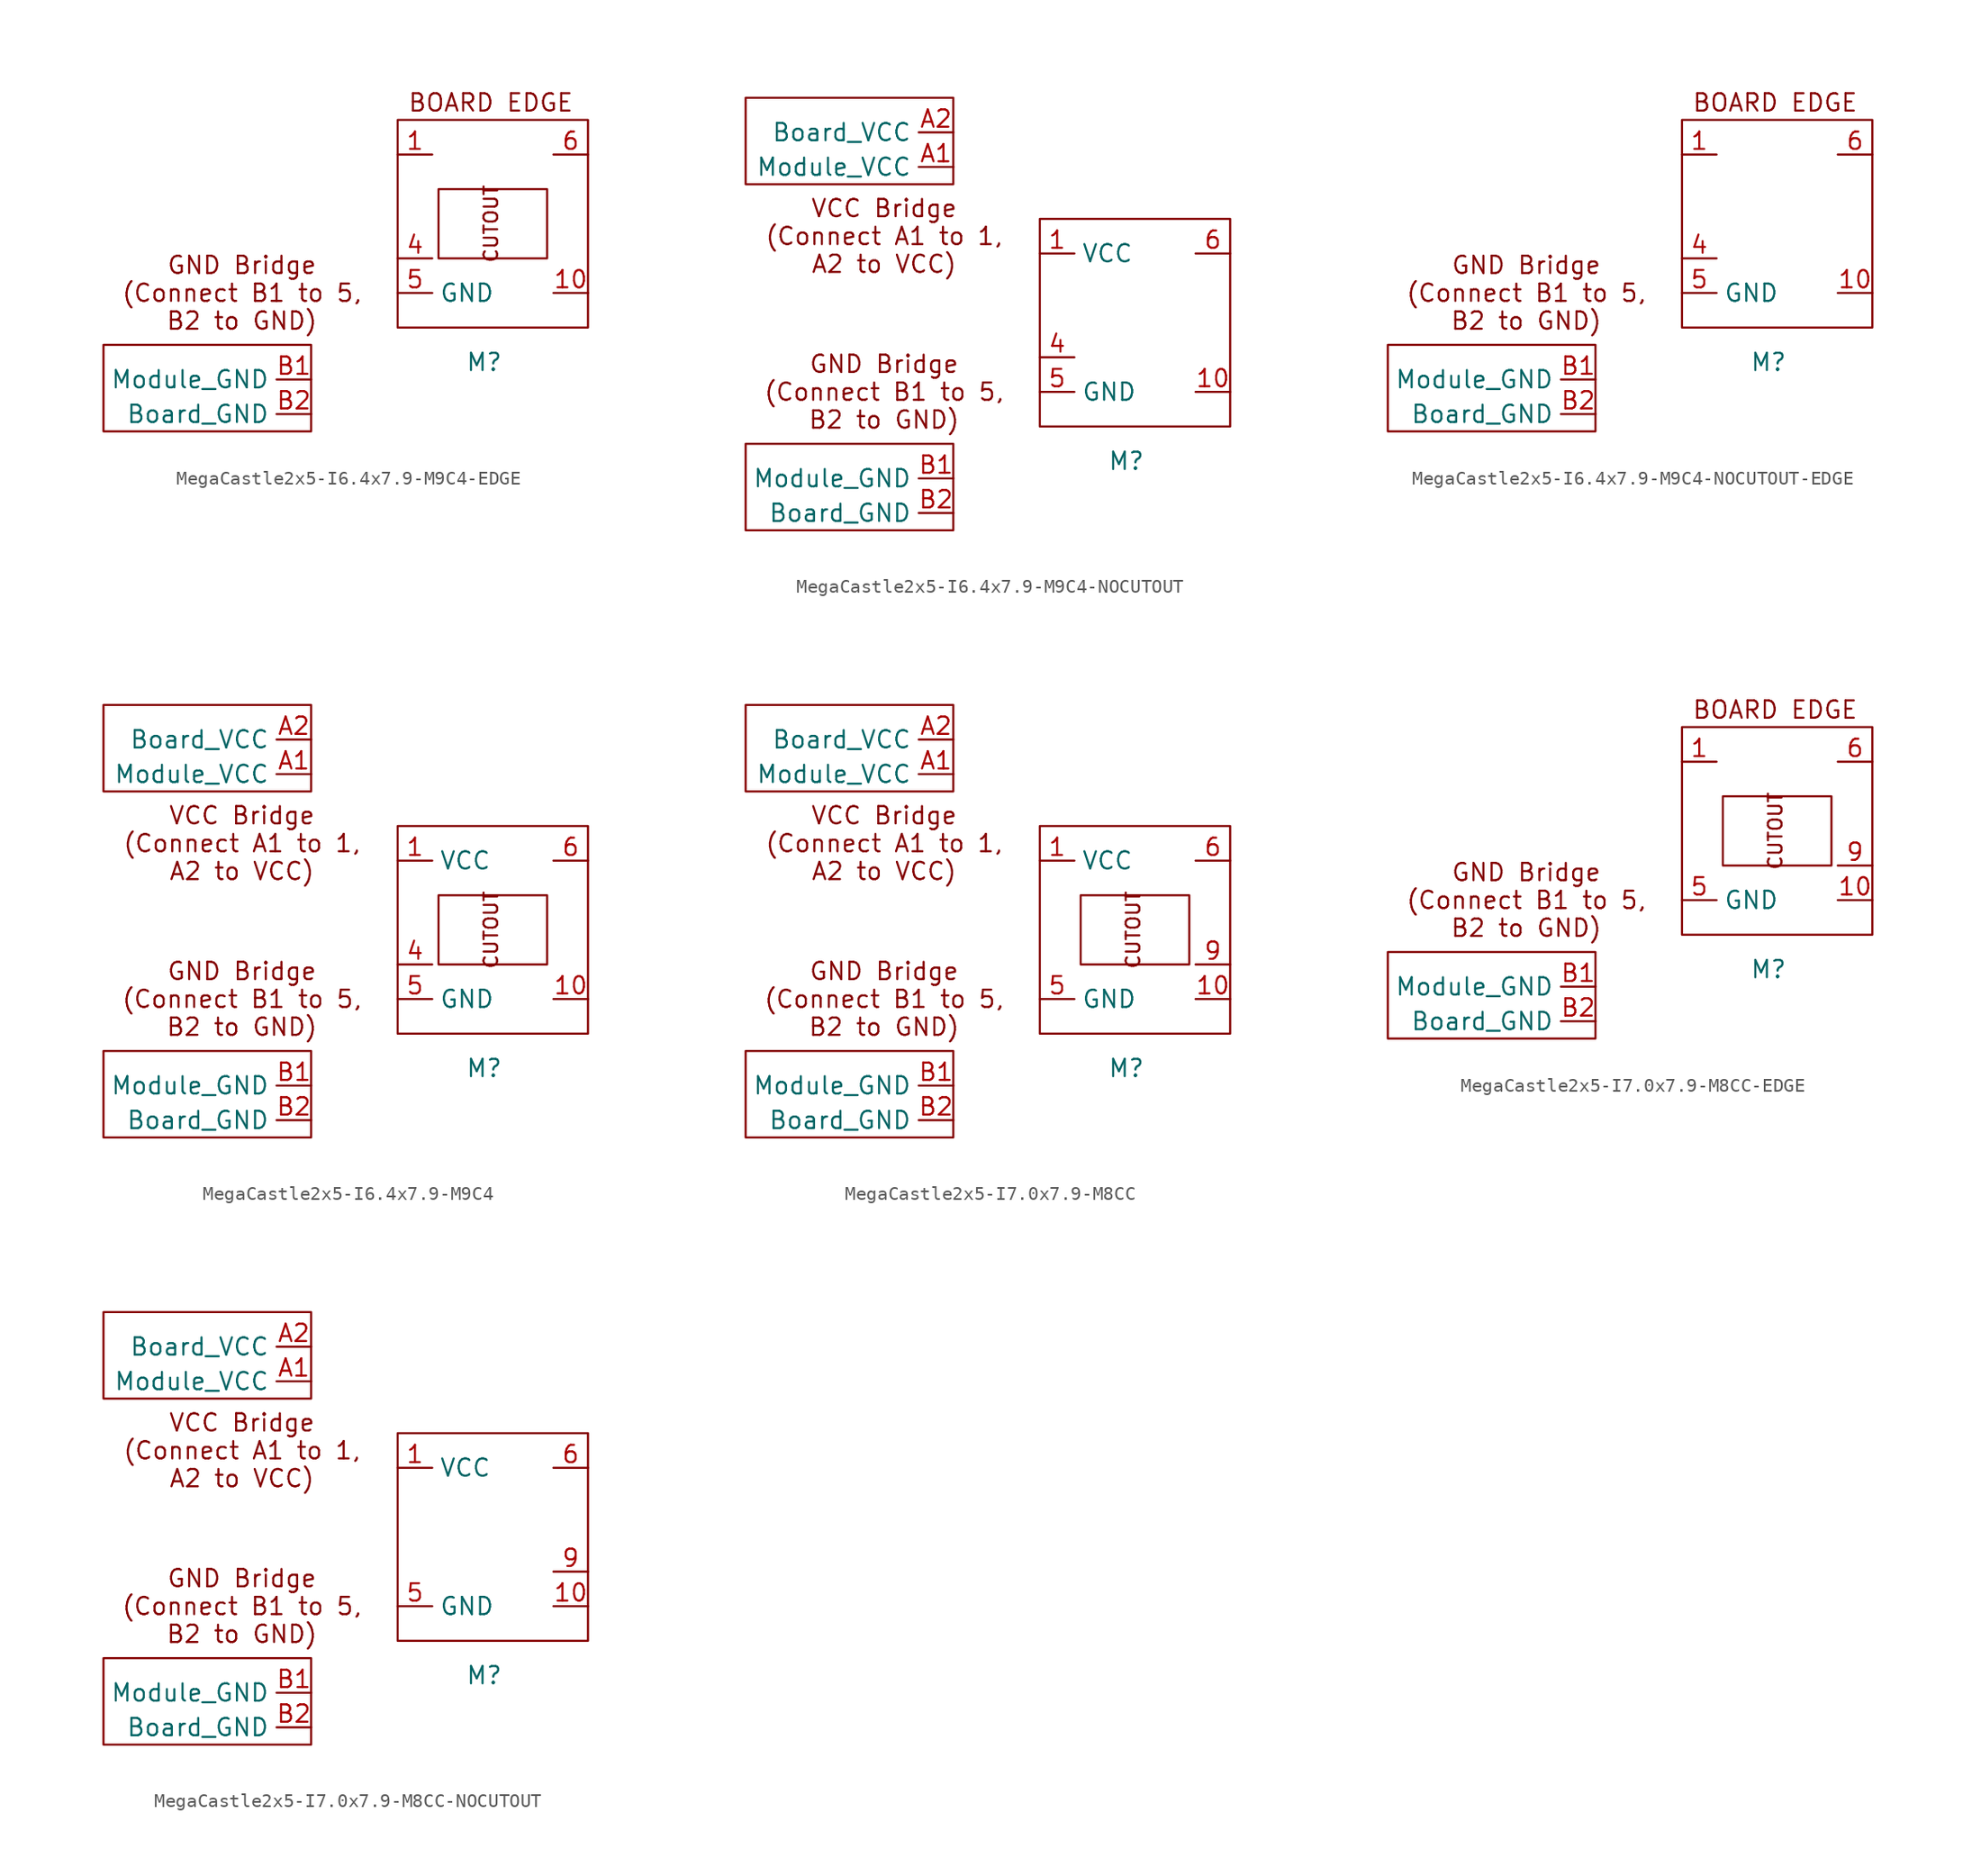
<source format=kicad_sym>
(kicad_symbol_lib
  (version 20231120)
  (generator "kicad_symbol_editor")
  (generator_version "8.0")
  (symbol "MegaCastle2x5-I6.4x7.9-M9C4-EDGE"
    (property "Reference" "M"
      (at 0 -10.16 0)
      (effects (font (size 1.27 1.27))))
    (property "Value" ""
      (at 0 5.08 0)
      (effects (font (size 1.27 1.27))))
    (symbol "MegaCastle2x5-I6.4x7.9-M9C4-EDGE_0_1"
      (rectangle (start -27.94 -8.89) (end -12.7 -15.24) (stroke (width 0) (type default)) (fill (type none)))
      (rectangle (start -6.35 7.62) (end 7.62 -7.62) (stroke (width 0) (type default)) (fill (type none)))
      (rectangle (start -3.35 2.54) (end 4.62 -2.54) (stroke (width 0) (type default)) (fill (type none))))
    (symbol "MegaCastle2x5-I6.4x7.9-M9C4-EDGE_1_1"
      (text " BOARD EDGE" (at 0 8.89 0) (effects (font (size 1.27 1.27))))
      (text "CUTOUT" (at 0.5 0 900) (effects (font (size 1 1))))
      (text "GND Bridge\n(Connect B1 to 5,\nB2 to GND)" (at -17.78 -5.08 0) (effects (font (size 1.27 1.27))))
      (pin bidirectional line (at -6.35 5.08 0) (length 2.54) (name "" (effects (font (size 1.27 1.27)))) (number "1" (effects (font (size 1.27 1.27)))))
      (pin bidirectional line (at 7.62 -5.08 180) (length 2.54) (name "" (effects (font (size 1.27 1.27)))) (number "10" (effects (font (size 1.27 1.27)))))
      (pin bidirectional line (at -6.35 -2.54 0) (length 2.54) (name "" (effects (font (size 1.27 1.27)))) (number "4" (effects (font (size 1.27 1.27)))))
      (pin bidirectional line (at -6.35 -5.08 0) (length 2.54) (name "GND" (effects (font (size 1.27 1.27)))) (number "5" (effects (font (size 1.27 1.27)))))
      (pin bidirectional line (at 7.62 5.08 180) (length 2.54) (name "" (effects (font (size 1.27 1.27)))) (number "6" (effects (font (size 1.27 1.27)))))
      (pin bidirectional line (at -12.7 -11.43 180) (length 2.54) (name "Module_GND" (effects (font (size 1.27 1.27)))) (number "B1" (effects (font (size 1.27 1.27)))))
      (pin bidirectional line (at -12.7 -13.97 180) (length 2.54) (name "Board_GND" (effects (font (size 1.27 1.27)))) (number "B2" (effects (font (size 1.27 1.27)))))))
  (symbol "MegaCastle2x5-I6.4x7.9-M9C4-NOCUTOUT"
    (property "Reference" "M"
      (at 0 -10.16 0)
      (effects (font (size 1.27 1.27))))
    (property "Value" ""
      (at 0 5.08 0)
      (effects (font (size 1.27 1.27))))
    (symbol "MegaCastle2x5-I6.4x7.9-M9C4-NOCUTOUT_0_1"
      (rectangle (start -27.94 -8.89) (end -12.7 -15.24) (stroke (width 0) (type default)) (fill (type none)))
      (rectangle (start -27.94 16.51) (end -12.7 10.16) (stroke (width 0) (type default)) (fill (type none)))
      (rectangle (start -6.35 7.62) (end 7.62 -7.62) (stroke (width 0) (type default)) (fill (type none))))
    (symbol "MegaCastle2x5-I6.4x7.9-M9C4-NOCUTOUT_1_1"
      (text "GND Bridge\n(Connect B1 to 5,\nB2 to GND)" (at -17.78 -5.08 0) (effects (font (size 1.27 1.27))))
      (text "VCC Bridge\n(Connect A1 to 1,\nA2 to VCC)" (at -17.78 6.35 0) (effects (font (size 1.27 1.27))))
      (pin bidirectional line (at -6.35 5.08 0) (length 2.54) (name "VCC" (effects (font (size 1.27 1.27)))) (number "1" (effects (font (size 1.27 1.27)))))
      (pin bidirectional line (at 7.62 -5.08 180) (length 2.54) (name "" (effects (font (size 1.27 1.27)))) (number "10" (effects (font (size 1.27 1.27)))))
      (pin bidirectional line (at -6.35 -2.54 0) (length 2.54) (name "" (effects (font (size 1.27 1.27)))) (number "4" (effects (font (size 1.27 1.27)))))
      (pin bidirectional line (at -6.35 -5.08 0) (length 2.54) (name "GND" (effects (font (size 1.27 1.27)))) (number "5" (effects (font (size 1.27 1.27)))))
      (pin bidirectional line (at 7.62 5.08 180) (length 2.54) (name "" (effects (font (size 1.27 1.27)))) (number "6" (effects (font (size 1.27 1.27)))))
      (pin bidirectional line (at -12.7 11.43 180) (length 2.54) (name "Module_VCC" (effects (font (size 1.27 1.27)))) (number "A1" (effects (font (size 1.27 1.27)))))
      (pin bidirectional line (at -12.7 13.97 180) (length 2.54) (name "Board_VCC" (effects (font (size 1.27 1.27)))) (number "A2" (effects (font (size 1.27 1.27)))))
      (pin bidirectional line (at -12.7 -11.43 180) (length 2.54) (name "Module_GND" (effects (font (size 1.27 1.27)))) (number "B1" (effects (font (size 1.27 1.27)))))
      (pin bidirectional line (at -12.7 -13.97 180) (length 2.54) (name "Board_GND" (effects (font (size 1.27 1.27)))) (number "B2" (effects (font (size 1.27 1.27)))))))
  (symbol "MegaCastle2x5-I6.4x7.9-M9C4-NOCUTOUT-EDGE"
    (property "Reference" "M"
      (at 0 -10.16 0)
      (effects (font (size 1.27 1.27))))
    (property "Value" ""
      (at 0 5.08 0)
      (effects (font (size 1.27 1.27))))
    (symbol "MegaCastle2x5-I6.4x7.9-M9C4-NOCUTOUT-EDGE_0_1"
      (rectangle (start -27.94 -8.89) (end -12.7 -15.24) (stroke (width 0) (type default)) (fill (type none)))
      (rectangle (start -6.35 7.62) (end 7.62 -7.62) (stroke (width 0) (type default)) (fill (type none))))
    (symbol "MegaCastle2x5-I6.4x7.9-M9C4-NOCUTOUT-EDGE_1_1"
      (text " BOARD EDGE" (at 0 8.89 0) (effects (font (size 1.27 1.27))))
      (text "GND Bridge\n(Connect B1 to 5,\nB2 to GND)" (at -17.78 -5.08 0) (effects (font (size 1.27 1.27))))
      (pin bidirectional line (at -6.35 5.08 0) (length 2.54) (name "" (effects (font (size 1.27 1.27)))) (number "1" (effects (font (size 1.27 1.27)))))
      (pin bidirectional line (at 7.62 -5.08 180) (length 2.54) (name "" (effects (font (size 1.27 1.27)))) (number "10" (effects (font (size 1.27 1.27)))))
      (pin bidirectional line (at -6.35 -2.54 0) (length 2.54) (name "" (effects (font (size 1.27 1.27)))) (number "4" (effects (font (size 1.27 1.27)))))
      (pin bidirectional line (at -6.35 -5.08 0) (length 2.54) (name "GND" (effects (font (size 1.27 1.27)))) (number "5" (effects (font (size 1.27 1.27)))))
      (pin bidirectional line (at 7.62 5.08 180) (length 2.54) (name "" (effects (font (size 1.27 1.27)))) (number "6" (effects (font (size 1.27 1.27)))))
      (pin bidirectional line (at -12.7 -11.43 180) (length 2.54) (name "Module_GND" (effects (font (size 1.27 1.27)))) (number "B1" (effects (font (size 1.27 1.27)))))
      (pin bidirectional line (at -12.7 -13.97 180) (length 2.54) (name "Board_GND" (effects (font (size 1.27 1.27)))) (number "B2" (effects (font (size 1.27 1.27)))))))
  (symbol "MegaCastle2x5-I6.4x7.9-M9C4"
    (property "Reference" "M"
      (at 0 -10.16 0)
      (effects (font (size 1.27 1.27))))
    (property "Value" ""
      (at 0 5.08 0)
      (effects (font (size 1.27 1.27))))
    (symbol "MegaCastle2x5-I6.4x7.9-M9C4_0_1"
      (rectangle (start -27.94 -8.89) (end -12.7 -15.24) (stroke (width 0) (type default)) (fill (type none)))
      (rectangle (start -27.94 16.51) (end -12.7 10.16) (stroke (width 0) (type default)) (fill (type none)))
      (rectangle (start -6.35 7.62) (end 7.62 -7.62) (stroke (width 0) (type default)) (fill (type none)))
      (rectangle (start -3.35 2.54) (end 4.62 -2.54) (stroke (width 0) (type default)) (fill (type none))))
    (symbol "MegaCastle2x5-I6.4x7.9-M9C4_1_1"
      (text "CUTOUT" (at 0.5 0 900) (effects (font (size 1 1))))
      (text "GND Bridge\n(Connect B1 to 5,\nB2 to GND)" (at -17.78 -5.08 0) (effects (font (size 1.27 1.27))))
      (text "VCC Bridge\n(Connect A1 to 1,\nA2 to VCC)" (at -17.78 6.35 0) (effects (font (size 1.27 1.27))))
      (pin bidirectional line (at -6.35 5.08 0) (length 2.54) (name "VCC" (effects (font (size 1.27 1.27)))) (number "1" (effects (font (size 1.27 1.27)))))
      (pin bidirectional line (at 7.62 -5.08 180) (length 2.54) (name "" (effects (font (size 1.27 1.27)))) (number "10" (effects (font (size 1.27 1.27)))))
      (pin bidirectional line (at -6.35 -2.54 0) (length 2.54) (name "" (effects (font (size 1.27 1.27)))) (number "4" (effects (font (size 1.27 1.27)))))
      (pin bidirectional line (at -6.35 -5.08 0) (length 2.54) (name "GND" (effects (font (size 1.27 1.27)))) (number "5" (effects (font (size 1.27 1.27)))))
      (pin bidirectional line (at 7.62 5.08 180) (length 2.54) (name "" (effects (font (size 1.27 1.27)))) (number "6" (effects (font (size 1.27 1.27)))))
      (pin bidirectional line (at -12.7 11.43 180) (length 2.54) (name "Module_VCC" (effects (font (size 1.27 1.27)))) (number "A1" (effects (font (size 1.27 1.27)))))
      (pin bidirectional line (at -12.7 13.97 180) (length 2.54) (name "Board_VCC" (effects (font (size 1.27 1.27)))) (number "A2" (effects (font (size 1.27 1.27)))))
      (pin bidirectional line (at -12.7 -11.43 180) (length 2.54) (name "Module_GND" (effects (font (size 1.27 1.27)))) (number "B1" (effects (font (size 1.27 1.27)))))
      (pin bidirectional line (at -12.7 -13.97 180) (length 2.54) (name "Board_GND" (effects (font (size 1.27 1.27)))) (number "B2" (effects (font (size 1.27 1.27)))))))
  (symbol "MegaCastle2x5-I7.0x7.9-M8CC"
    (property "Reference" "M"
      (at 0 -10.16 0)
      (effects (font (size 1.27 1.27))))
    (property "Value" ""
      (at 0 5.08 0)
      (effects (font (size 1.27 1.27))))
    (symbol "MegaCastle2x5-I7.0x7.9-M8CC_0_1"
      (rectangle (start -27.94 -8.89) (end -12.7 -15.24) (stroke (width 0) (type default)) (fill (type none)))
      (rectangle (start -27.94 16.51) (end -12.7 10.16) (stroke (width 0) (type default)) (fill (type none)))
      (rectangle (start -6.35 7.62) (end 7.62 -7.62) (stroke (width 0) (type default)) (fill (type none)))
      (rectangle (start -3.35 2.54) (end 4.62 -2.54) (stroke (width 0) (type default)) (fill (type none))))
    (symbol "MegaCastle2x5-I7.0x7.9-M8CC_1_1"
      (text "CUTOUT" (at 0.5 0 900) (effects (font (size 1 1))))
      (text "GND Bridge\n(Connect B1 to 5,\nB2 to GND)" (at -17.78 -5.08 0) (effects (font (size 1.27 1.27))))
      (text "VCC Bridge\n(Connect A1 to 1,\nA2 to VCC)" (at -17.78 6.35 0) (effects (font (size 1.27 1.27))))
      (pin bidirectional line (at -6.35 5.08 0) (length 2.54) (name "VCC" (effects (font (size 1.27 1.27)))) (number "1" (effects (font (size 1.27 1.27)))))
      (pin bidirectional line (at 7.62 -5.08 180) (length 2.54) (name "" (effects (font (size 1.27 1.27)))) (number "10" (effects (font (size 1.27 1.27)))))
      (pin bidirectional line (at -6.35 -5.08 0) (length 2.54) (name "GND" (effects (font (size 1.27 1.27)))) (number "5" (effects (font (size 1.27 1.27)))))
      (pin bidirectional line (at 7.62 5.08 180) (length 2.54) (name "" (effects (font (size 1.27 1.27)))) (number "6" (effects (font (size 1.27 1.27)))))
      (pin bidirectional line (at 7.62 -2.54 180) (length 2.54) (name "" (effects (font (size 1.27 1.27)))) (number "9" (effects (font (size 1.27 1.27)))))
      (pin bidirectional line (at -12.7 11.43 180) (length 2.54) (name "Module_VCC" (effects (font (size 1.27 1.27)))) (number "A1" (effects (font (size 1.27 1.27)))))
      (pin bidirectional line (at -12.7 13.97 180) (length 2.54) (name "Board_VCC" (effects (font (size 1.27 1.27)))) (number "A2" (effects (font (size 1.27 1.27)))))
      (pin bidirectional line (at -12.7 -11.43 180) (length 2.54) (name "Module_GND" (effects (font (size 1.27 1.27)))) (number "B1" (effects (font (size 1.27 1.27)))))
      (pin bidirectional line (at -12.7 -13.97 180) (length 2.54) (name "Board_GND" (effects (font (size 1.27 1.27)))) (number "B2" (effects (font (size 1.27 1.27)))))))
  (symbol "MegaCastle2x5-I7.0x7.9-M8CC-EDGE"
    (property "Reference" "M"
      (at 0 -10.16 0)
      (effects (font (size 1.27 1.27))))
    (property "Value" ""
      (at 0 5.08 0)
      (effects (font (size 1.27 1.27))))
    (symbol "MegaCastle2x5-I7.0x7.9-M8CC-EDGE_0_1"
      (rectangle (start -27.94 -8.89) (end -12.7 -15.24) (stroke (width 0) (type default)) (fill (type none)))
      (rectangle (start -6.35 7.62) (end 7.62 -7.62) (stroke (width 0) (type default)) (fill (type none)))
      (rectangle (start -3.35 2.54) (end 4.62 -2.54) (stroke (width 0) (type default)) (fill (type none))))
    (symbol "MegaCastle2x5-I7.0x7.9-M8CC-EDGE_1_1"
      (text " BOARD EDGE" (at 0 8.89 0) (effects (font (size 1.27 1.27))))
      (text "CUTOUT" (at 0.5 0 900) (effects (font (size 1 1))))
      (text "GND Bridge\n(Connect B1 to 5,\nB2 to GND)" (at -17.78 -5.08 0) (effects (font (size 1.27 1.27))))
      (pin bidirectional line (at -6.35 5.08 0) (length 2.54) (name "" (effects (font (size 1.27 1.27)))) (number "1" (effects (font (size 1.27 1.27)))))
      (pin bidirectional line (at 7.62 -5.08 180) (length 2.54) (name "" (effects (font (size 1.27 1.27)))) (number "10" (effects (font (size 1.27 1.27)))))
      (pin bidirectional line (at -6.35 -5.08 0) (length 2.54) (name "GND" (effects (font (size 1.27 1.27)))) (number "5" (effects (font (size 1.27 1.27)))))
      (pin bidirectional line (at 7.62 5.08 180) (length 2.54) (name "" (effects (font (size 1.27 1.27)))) (number "6" (effects (font (size 1.27 1.27)))))
      (pin bidirectional line (at 7.62 -2.54 180) (length 2.54) (name "" (effects (font (size 1.27 1.27)))) (number "9" (effects (font (size 1.27 1.27)))))
      (pin bidirectional line (at -12.7 -11.43 180) (length 2.54) (name "Module_GND" (effects (font (size 1.27 1.27)))) (number "B1" (effects (font (size 1.27 1.27)))))
      (pin bidirectional line (at -12.7 -13.97 180) (length 2.54) (name "Board_GND" (effects (font (size 1.27 1.27)))) (number "B2" (effects (font (size 1.27 1.27)))))))
  (symbol "MegaCastle2x5-I7.0x7.9-M8CC-NOCUTOUT"
    (property "Reference" "M"
      (at 0 -10.16 0)
      (effects (font (size 1.27 1.27))))
    (property "Value" ""
      (at 0 5.08 0)
      (effects (font (size 1.27 1.27))))
    (symbol "MegaCastle2x5-I7.0x7.9-M8CC-NOCUTOUT_0_1"
      (rectangle (start -27.94 -8.89) (end -12.7 -15.24) (stroke (width 0) (type default)) (fill (type none)))
      (rectangle (start -27.94 16.51) (end -12.7 10.16) (stroke (width 0) (type default)) (fill (type none)))
      (rectangle (start -6.35 7.62) (end 7.62 -7.62) (stroke (width 0) (type default)) (fill (type none))))
    (symbol "MegaCastle2x5-I7.0x7.9-M8CC-NOCUTOUT_1_1"
      (text "GND Bridge\n(Connect B1 to 5,\nB2 to GND)" (at -17.78 -5.08 0) (effects (font (size 1.27 1.27))))
      (text "VCC Bridge\n(Connect A1 to 1,\nA2 to VCC)" (at -17.78 6.35 0) (effects (font (size 1.27 1.27))))
      (pin bidirectional line (at -6.35 5.08 0) (length 2.54) (name "VCC" (effects (font (size 1.27 1.27)))) (number "1" (effects (font (size 1.27 1.27)))))
      (pin bidirectional line (at 7.62 -5.08 180) (length 2.54) (name "" (effects (font (size 1.27 1.27)))) (number "10" (effects (font (size 1.27 1.27)))))
      (pin bidirectional line (at -6.35 -5.08 0) (length 2.54) (name "GND" (effects (font (size 1.27 1.27)))) (number "5" (effects (font (size 1.27 1.27)))))
      (pin bidirectional line (at 7.62 5.08 180) (length 2.54) (name "" (effects (font (size 1.27 1.27)))) (number "6" (effects (font (size 1.27 1.27)))))
      (pin bidirectional line (at 7.62 -2.54 180) (length 2.54) (name "" (effects (font (size 1.27 1.27)))) (number "9" (effects (font (size 1.27 1.27)))))
      (pin bidirectional line (at -12.7 11.43 180) (length 2.54) (name "Module_VCC" (effects (font (size 1.27 1.27)))) (number "A1" (effects (font (size 1.27 1.27)))))
      (pin bidirectional line (at -12.7 13.97 180) (length 2.54) (name "Board_VCC" (effects (font (size 1.27 1.27)))) (number "A2" (effects (font (size 1.27 1.27)))))
      (pin bidirectional line (at -12.7 -11.43 180) (length 2.54) (name "Module_GND" (effects (font (size 1.27 1.27)))) (number "B1" (effects (font (size 1.27 1.27)))))
      (pin bidirectional line (at -12.7 -13.97 180) (length 2.54) (name "Board_GND" (effects (font (size 1.27 1.27)))) (number "B2" (effects (font (size 1.27 1.27))))))))
</source>
